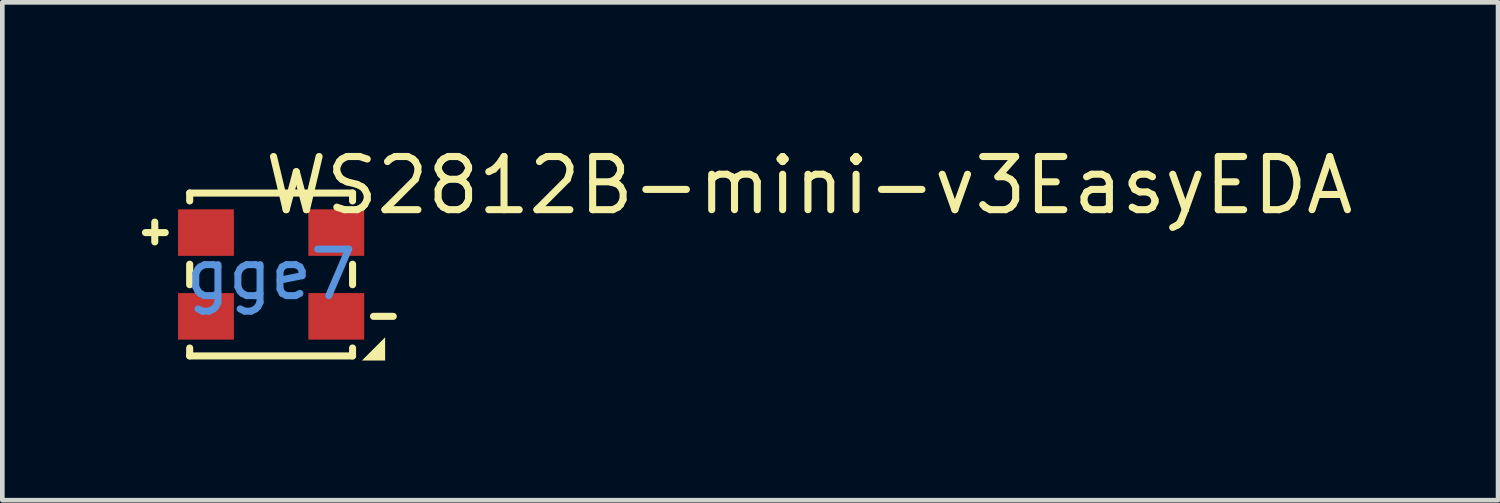
<source format=kicad_pcb>
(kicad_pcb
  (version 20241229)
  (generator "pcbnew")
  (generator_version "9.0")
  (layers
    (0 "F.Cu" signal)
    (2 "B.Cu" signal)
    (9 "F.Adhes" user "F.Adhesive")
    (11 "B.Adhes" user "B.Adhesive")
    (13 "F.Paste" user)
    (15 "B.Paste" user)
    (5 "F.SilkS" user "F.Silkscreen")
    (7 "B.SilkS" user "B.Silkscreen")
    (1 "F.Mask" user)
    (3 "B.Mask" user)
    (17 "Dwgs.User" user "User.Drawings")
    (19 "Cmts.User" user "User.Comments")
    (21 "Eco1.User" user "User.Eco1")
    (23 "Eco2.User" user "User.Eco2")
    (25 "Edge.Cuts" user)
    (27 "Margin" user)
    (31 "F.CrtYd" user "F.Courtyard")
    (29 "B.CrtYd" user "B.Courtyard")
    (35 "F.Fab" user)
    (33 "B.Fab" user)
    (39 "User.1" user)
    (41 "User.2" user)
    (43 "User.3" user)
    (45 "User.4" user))
  (footprint "WS2812B-mini-v3EasyEDA"
    (layer "F.Cu")
    (at 2.776 2.848)
    (property "Reference" "WS2812B-mini-v3EasyEDA" (at -0.212 -1.913 0) (layer "F.SilkS") (effects (font (size 1.143 1.143) (thickness 0.152)) (justify left)))
    (attr smd)
    (fp_line (start -2.7 -0.9) (end -2.275 -0.9) (stroke (width 0.152) (type solid)) (layer "F.SilkS"))
    (fp_line (start -2.5 -0.7) (end -2.5 -1.125) (stroke (width 0.152) (type solid)) (layer "F.SilkS"))
    (fp_line (start -1.75 -1.75) (end -1.75 -1.58) (stroke (width 0.152) (type solid)) (layer "F.SilkS"))
    (fp_line (start -1.75 -1.75) (end 1.75 -1.75) (stroke (width 0.152) (type solid)) (layer "F.SilkS"))
    (fp_line (start -1.75 -0.22) (end -1.75 0.22) (stroke (width 0.152) (type solid)) (layer "F.SilkS"))
    (fp_line (start -1.75 1.58) (end -1.75 1.75) (stroke (width 0.152) (type solid)) (layer "F.SilkS"))
    (fp_line (start -1.75 1.75) (end 1.75 1.75) (stroke (width 0.152) (type solid)) (layer "F.SilkS"))
    (fp_line (start 1.75 -1.75) (end 1.75 -1.58) (stroke (width 0.152) (type solid)) (layer "F.SilkS"))
    (fp_line (start 1.75 -0.22) (end 1.75 0.22) (stroke (width 0.152) (type solid)) (layer "F.SilkS"))
    (fp_line (start 1.75 1.58) (end 1.75 1.75) (stroke (width 0.152) (type solid)) (layer "F.SilkS"))
    (fp_line (start 2.2 0.9) (end 2.625 0.9) (stroke (width 0.152) (type solid)) (layer "F.SilkS"))
    (fp_poly (pts (xy 1.95 1.85) (xy 2.45 1.85) (xy 2.45 1.35)) (stroke (width 0) (type solid)) (fill yes) (layer "F.SilkS"))
    (fp_text user "gge7" (at 0 0 0) (layer "Cmts.User") (effects (font (size 1 1) (thickness 0.15))))
    (pad "1" smd rect (at -1.4 -0.9) (size 1.2 1) (layers "F.Cu" "F.Mask" "F.Paste"))
    (pad "2" smd rect (at -1.4 0.9) (size 1.2 1) (layers "F.Cu" "F.Mask" "F.Paste"))
    (pad "3" smd rect (at 1.4 0.9) (size 1.2 1) (layers "F.Cu" "F.Mask" "F.Paste"))
    (pad "4" smd rect (at 1.4 -0.9) (size 1.2 1) (layers "F.Cu" "F.Mask" "F.Paste")))
  (gr_rect
    (start -3 -3)
    (end 29.141 7.698)
    (stroke (width 0.1) (type default))
    (fill no)
    (layer "Edge.Cuts")))
</source>
